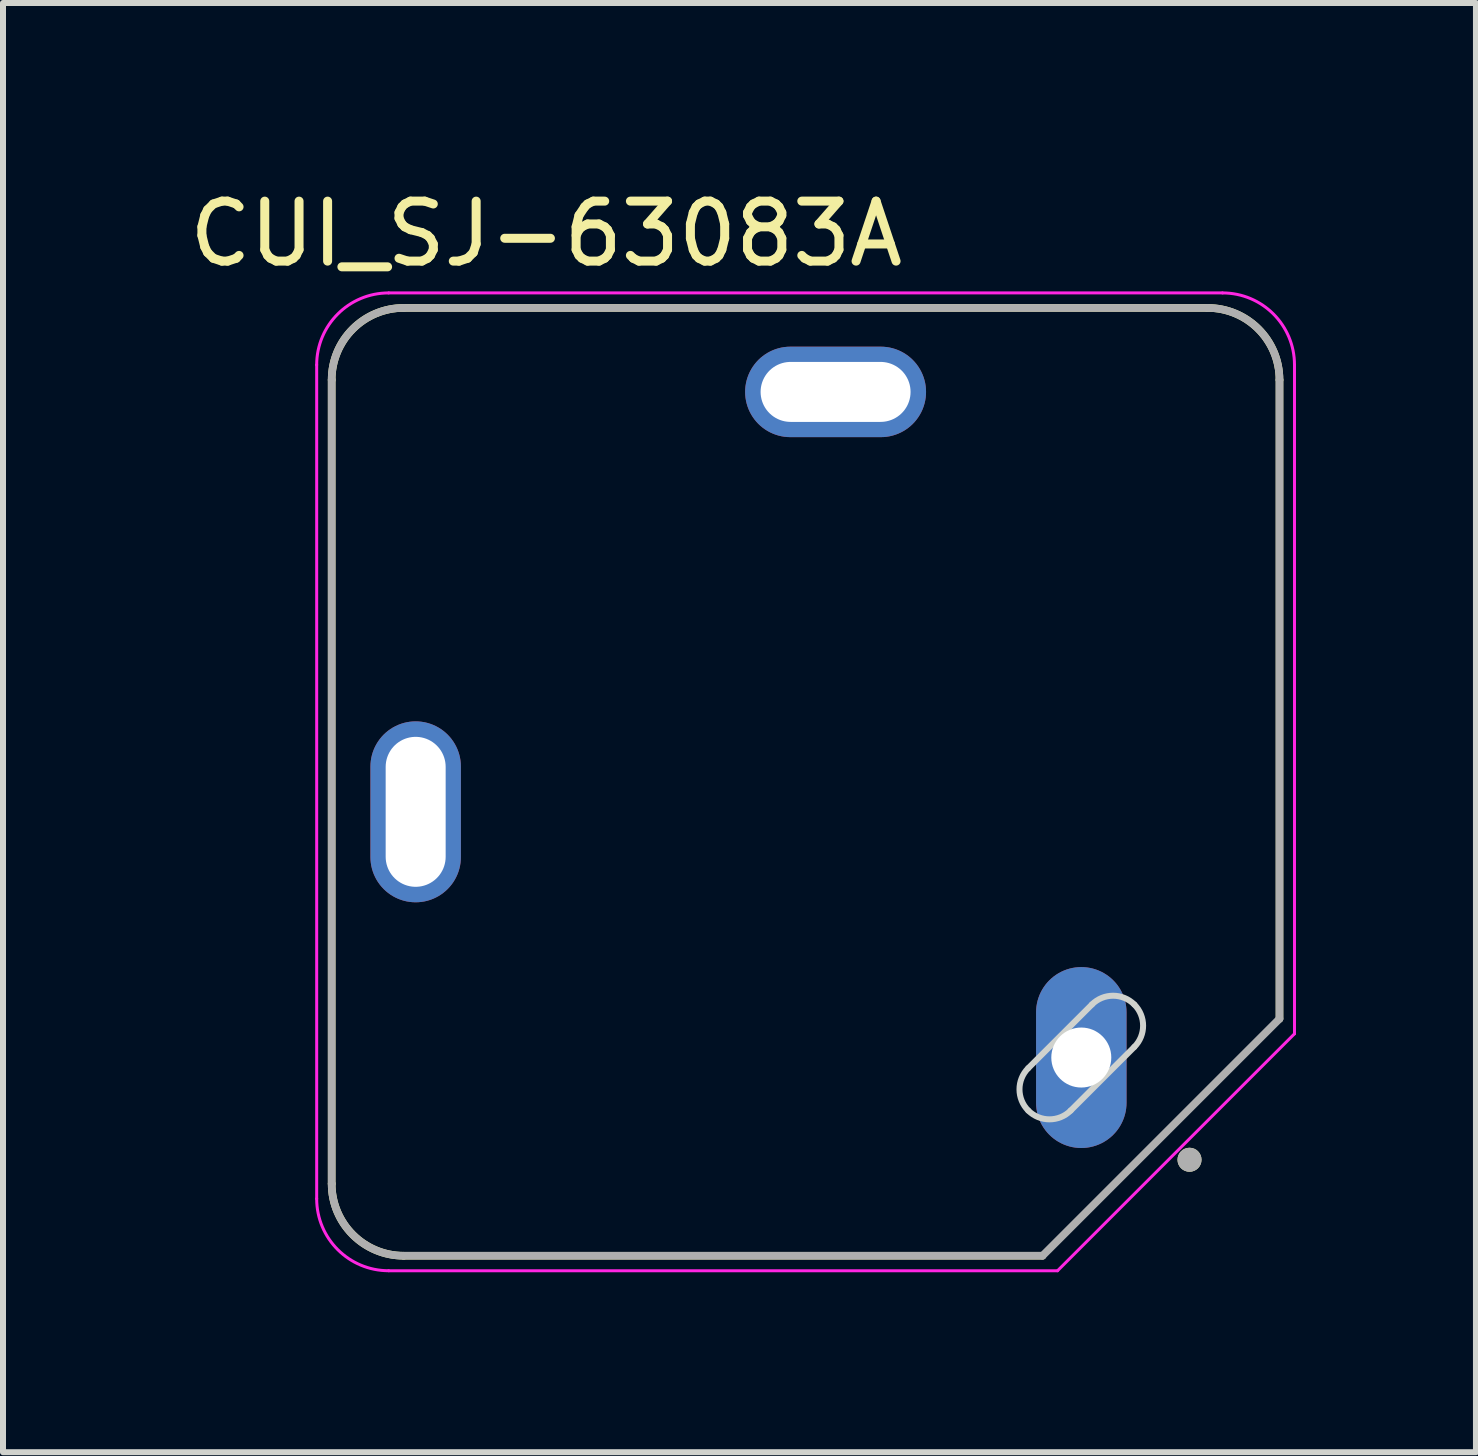
<source format=kicad_pcb>
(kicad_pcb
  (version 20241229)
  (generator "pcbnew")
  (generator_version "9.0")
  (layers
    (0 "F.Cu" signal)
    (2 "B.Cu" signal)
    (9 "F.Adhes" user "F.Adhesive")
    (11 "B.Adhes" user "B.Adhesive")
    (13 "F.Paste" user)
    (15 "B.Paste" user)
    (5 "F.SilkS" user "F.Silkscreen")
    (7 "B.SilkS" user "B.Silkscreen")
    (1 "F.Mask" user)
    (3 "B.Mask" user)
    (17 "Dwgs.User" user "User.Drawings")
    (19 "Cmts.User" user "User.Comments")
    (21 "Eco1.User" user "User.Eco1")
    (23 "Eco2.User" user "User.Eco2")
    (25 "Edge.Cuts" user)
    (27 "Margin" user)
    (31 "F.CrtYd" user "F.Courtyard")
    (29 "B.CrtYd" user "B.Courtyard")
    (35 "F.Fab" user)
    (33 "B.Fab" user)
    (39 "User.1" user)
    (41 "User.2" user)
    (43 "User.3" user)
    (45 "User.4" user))
  (footprint "CUI_SJ-63083A"
    (layer "F.Cu")
    (at 10.379 9.983)
    (property "Reference" "CUI_SJ-63083A" (at -4.325 -9.135 0) (layer "F.SilkS") (effects (font (size 1 1) (thickness 0.15))))
    (attr through_hole)
    (fp_line (start -7.9 6.7) (end -7.9 -6.7) (stroke (width 0.127) (type solid)) (layer "F.SilkS"))
    (fp_line (start -6.7 -7.9) (end 6.7 -7.9) (stroke (width 0.127) (type solid)) (layer "F.SilkS"))
    (fp_line (start 3.95 7.9) (end -6.7 7.9) (stroke (width 0.127) (type solid)) (layer "F.SilkS"))
    (fp_line (start 7.9 -6.7) (end 7.9 3.95) (stroke (width 0.127) (type solid)) (layer "F.SilkS"))
    (fp_arc (start -7.9 -6.7) (mid -7.548528 -7.548528) (end -6.7 -7.9) (stroke (width 0.127) (type solid)) (layer "F.SilkS"))
    (fp_arc (start -6.7 7.9) (mid -7.548528 7.548528) (end -7.9 6.7) (stroke (width 0.127) (type solid)) (layer "F.SilkS"))
    (fp_arc (start 6.7 -7.9) (mid 7.548528 -7.548528) (end 7.9 -6.7) (stroke (width 0.127) (type solid)) (layer "F.SilkS"))
    (fp_circle (center 6.4 6.3) (end 6.5 6.3) (stroke (width 0.2) (type solid)) (fill no) (layer "F.SilkS"))
    (fp_line (start 3.712 4.773) (end 4.773 3.712) (stroke (width 0.1) (type solid)) (layer "Edge.Cuts"))
    (fp_line (start 5.48 4.419) (end 4.419 5.48) (stroke (width 0.1) (type solid)) (layer "Edge.Cuts"))
    (fp_arc (start 3.71212 5.47988) (mid 3.565675 5.12633) (end 3.71212 4.77278) (stroke (width 0.1) (type solid)) (layer "Edge.Cuts"))
    (fp_arc (start 4.41922 5.47988) (mid 4.06567 5.626325) (end 3.71212 5.47988) (stroke (width 0.1) (type solid)) (layer "Edge.Cuts"))
    (fp_arc (start 4.77278 3.71212) (mid 5.12633 3.565675) (end 5.47988 3.71212) (stroke (width 0.1) (type solid)) (layer "Edge.Cuts"))
    (fp_arc (start 5.47988 3.71212) (mid 5.626325 4.06567) (end 5.47988 4.41922) (stroke (width 0.1) (type solid)) (layer "Edge.Cuts"))
    (fp_line (start -8.15 6.95) (end -8.15 -6.95) (stroke (width 0.05) (type solid)) (layer "F.CrtYd"))
    (fp_line (start -6.95 -8.15) (end 6.95 -8.15) (stroke (width 0.05) (type solid)) (layer "F.CrtYd"))
    (fp_line (start 4.2 8.15) (end -6.95 8.15) (stroke (width 0.05) (type solid)) (layer "F.CrtYd"))
    (fp_line (start 8.15 -6.95) (end 8.15 4.2) (stroke (width 0.05) (type solid)) (layer "F.CrtYd"))
    (fp_line (start 8.15 4.2) (end 4.2 8.15) (stroke (width 0.05) (type solid)) (layer "F.CrtYd"))
    (fp_arc (start -8.15 -6.95) (mid -7.798528 -7.798528) (end -6.95 -8.15) (stroke (width 0.05) (type solid)) (layer "F.CrtYd"))
    (fp_arc (start -6.95 8.15) (mid -7.798528 7.798528) (end -8.15 6.95) (stroke (width 0.05) (type solid)) (layer "F.CrtYd"))
    (fp_arc (start 6.95 -8.15) (mid 7.798528 -7.798528) (end 8.15 -6.95) (stroke (width 0.05) (type solid)) (layer "F.CrtYd"))
    (fp_line (start -7.9 6.7) (end -7.9 -6.7) (stroke (width 0.127) (type solid)) (layer "F.Fab"))
    (fp_line (start -6.7 -7.9) (end 6.7 -7.9) (stroke (width 0.127) (type solid)) (layer "F.Fab"))
    (fp_line (start 3.95 7.9) (end -6.7 7.9) (stroke (width 0.127) (type solid)) (layer "F.Fab"))
    (fp_line (start 7.9 -6.7) (end 7.9 3.95) (stroke (width 0.127) (type solid)) (layer "F.Fab"))
    (fp_line (start 7.9 3.95) (end 3.95 7.9) (stroke (width 0.127) (type solid)) (layer "F.Fab"))
    (fp_arc (start -7.9 -6.7) (mid -7.548528 -7.548528) (end -6.7 -7.9) (stroke (width 0.127) (type solid)) (layer "F.Fab"))
    (fp_arc (start -6.7 7.9) (mid -7.548528 7.548528) (end -7.9 6.7) (stroke (width 0.127) (type solid)) (layer "F.Fab"))
    (fp_arc (start 6.7 -7.9) (mid 7.548528 -7.548528) (end 7.9 -6.7) (stroke (width 0.127) (type solid)) (layer "F.Fab"))
    (fp_circle (center 6.4 6.3) (end 6.5 6.3) (stroke (width 0.2) (type solid)) (fill no) (layer "F.Fab"))
    (pad "1" thru_hole oval (at 4.596 4.596) (size 1.508 3.016) (drill 1) (layers "*.Cu" "*.Mask"))
    (pad "3" thru_hole oval (at -6.5 0.5) (size 1.508 3.016) (drill oval 1 2.5) (layers "*.Cu" "*.Mask"))
    (pad "4" thru_hole oval (at 0.5 -6.5) (size 3.016 1.508) (drill oval 2.5 1) (layers "*.Cu" "*.Mask")))
  (gr_rect
    (start -3 -3)
    (end 21.554 21.158)
    (stroke (width 0.1) (type default))
    (fill no)
    (layer "Edge.Cuts")))
</source>
